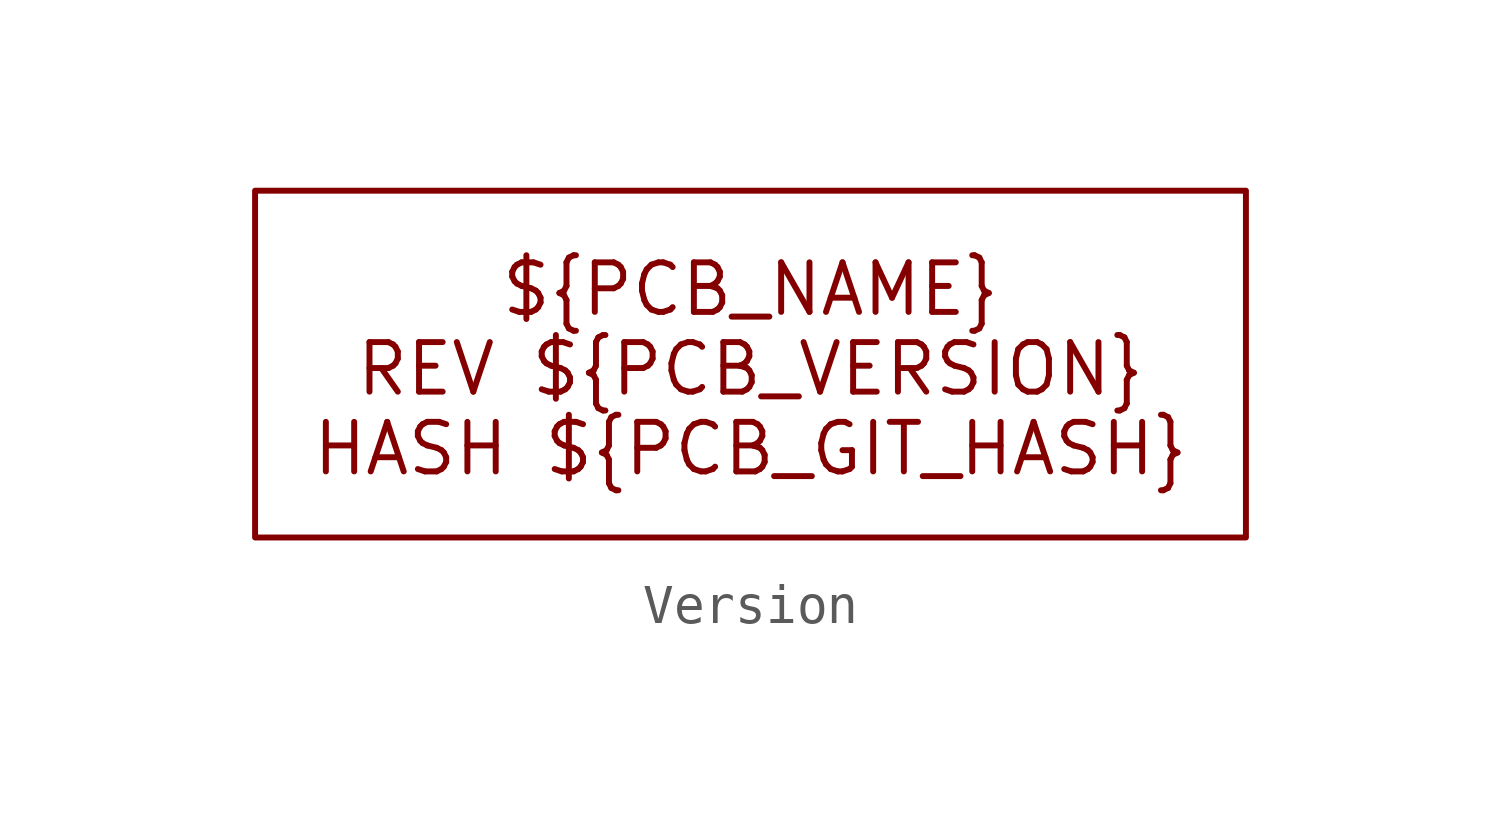
<source format=kicad_sym>
(kicad_symbol_lib
  (version 20241209)
  (generator "kicad_symbol_editor")
  (generator_version "9.0")
  (symbol "Version"
    (property "Reference" "Version"
      (at 0 0 0)
      (effects (font (size 1.27 1.27)) (hide yes)))
    (property "Value" ""
      (at 0 0 0)
      (effects (font (size 1.27 1.27))))
    (symbol "Version_0_1"
      (rectangle (start -12.7 -1.27) (end 12.7 7.62) (stroke (width 0) (type default)) (fill (type none))))
    (symbol "Version_1_1"
      (text "${PCB_NAME}\nREV ${PCB_VERSION}\nHASH ${PCB_GIT_HASH}" (at 0 3.048 0) (effects (font (size 1.27 1.27)))))))
</source>
